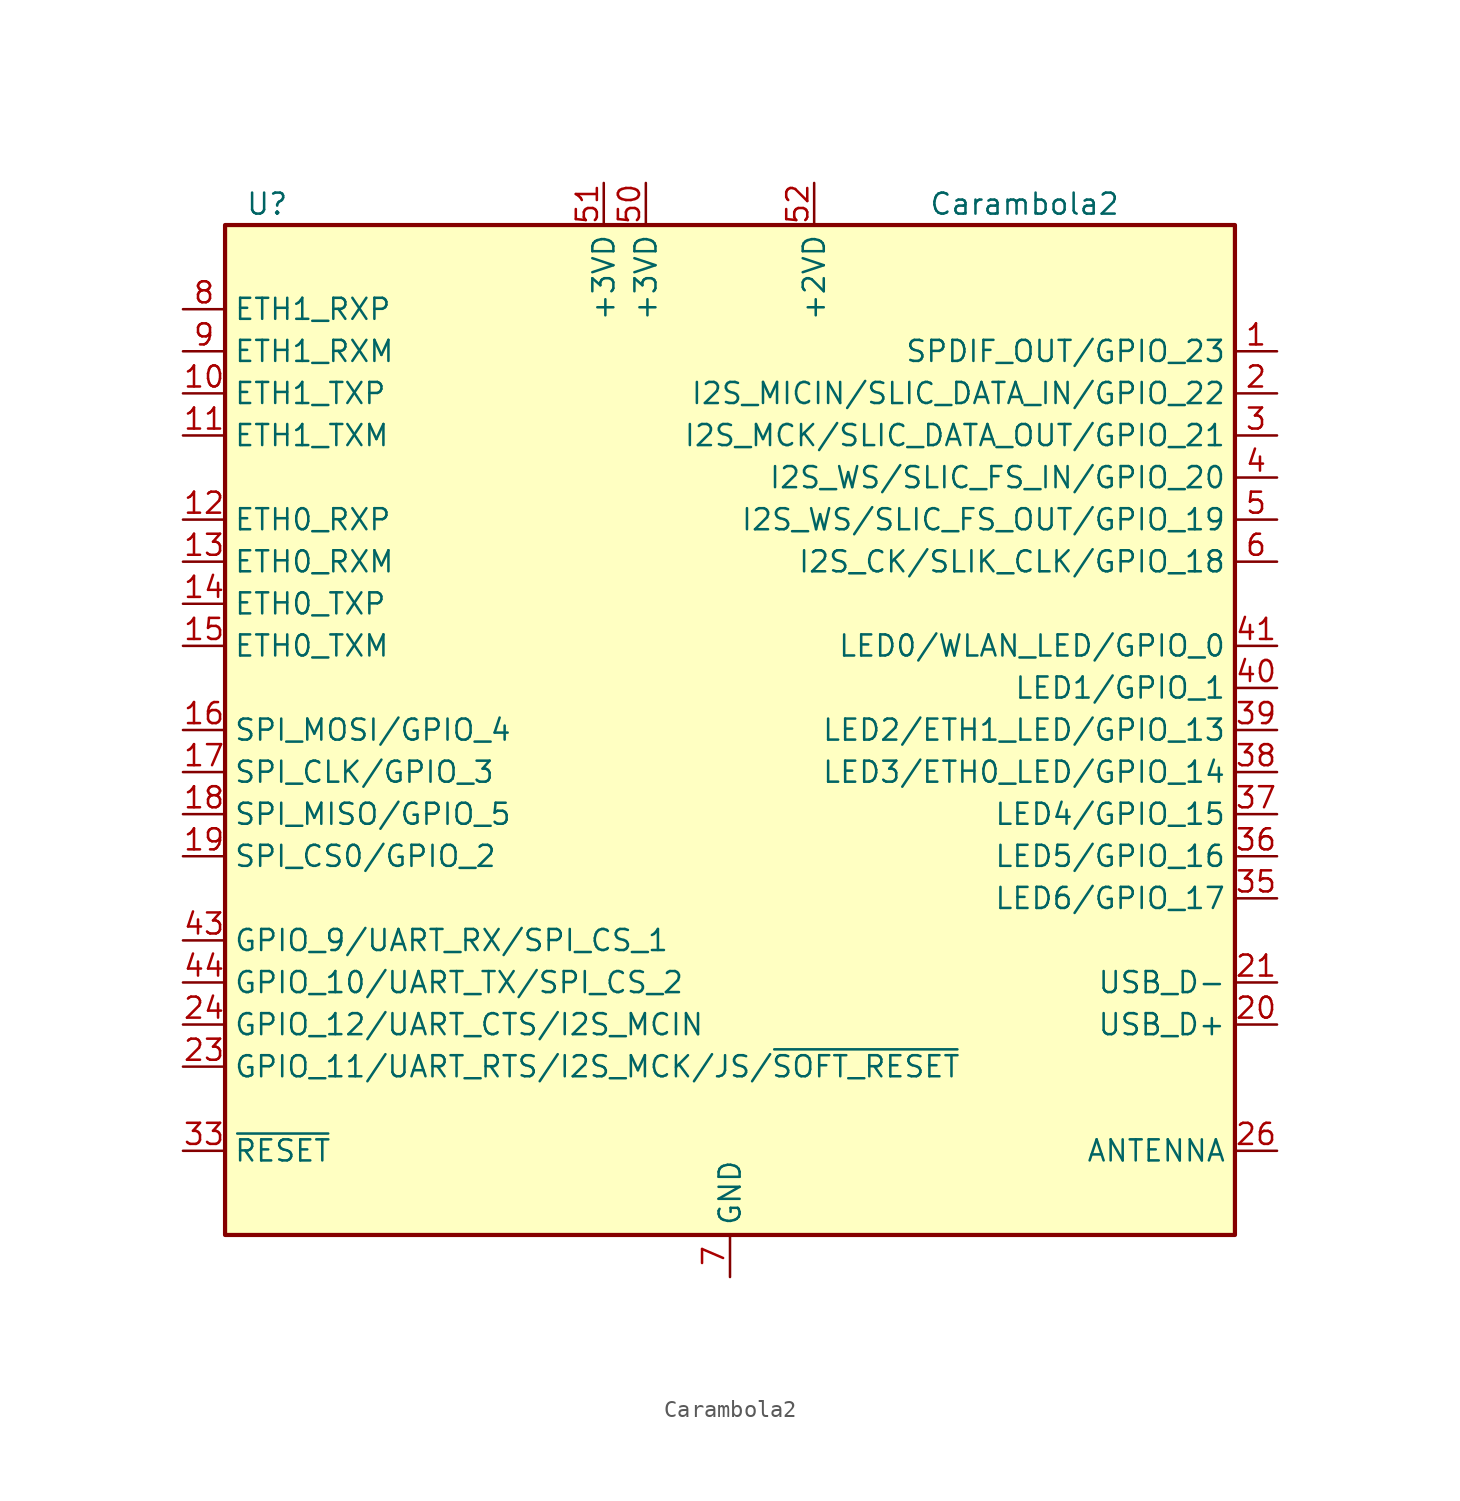
<source format=kicad_sym>
(kicad_symbol_lib
  (version 20201005)
  (generator kicad_symbol_editor)
  (symbol "MCU_Module:Carambola2"
    (property "Reference" "U"
      (at -27.94 31.75 0)
      (effects (font (size 1.27 1.27))))
    (property "Value" "Carambola2"
      (at 17.78 31.75 0)
      (effects (font (size 1.27 1.27))))
    (symbol "Carambola2_0_1"
      (rectangle (start -30.48 30.48) (end 30.48 -30.48) (stroke (width 0.254)) (fill (type background))))
    (symbol "Carambola2_1_1"
      (pin bidirectional line (at 33.02 22.86 180) (length 2.54) (name "SPDIF_OUT/GPIO_23" (effects (font (size 1.27 1.27)))) (number "1" (effects (font (size 1.27 1.27)))))
      (pin output line (at -33.02 20.32 0) (length 2.54) (name "ETH1_TXP" (effects (font (size 1.27 1.27)))) (number "10" (effects (font (size 1.27 1.27)))))
      (pin output line (at -33.02 17.78 0) (length 2.54) (name "ETH1_TXM" (effects (font (size 1.27 1.27)))) (number "11" (effects (font (size 1.27 1.27)))))
      (pin input line (at -33.02 12.7 0) (length 2.54) (name "ETH0_RXP" (effects (font (size 1.27 1.27)))) (number "12" (effects (font (size 1.27 1.27)))))
      (pin input line (at -33.02 10.16 0) (length 2.54) (name "ETH0_RXM" (effects (font (size 1.27 1.27)))) (number "13" (effects (font (size 1.27 1.27)))))
      (pin output line (at -33.02 7.62 0) (length 2.54) (name "ETH0_TXP" (effects (font (size 1.27 1.27)))) (number "14" (effects (font (size 1.27 1.27)))))
      (pin output line (at -33.02 5.08 0) (length 2.54) (name "ETH0_TXM" (effects (font (size 1.27 1.27)))) (number "15" (effects (font (size 1.27 1.27)))))
      (pin bidirectional line (at -33.02 0 0) (length 2.54) (name "SPI_MOSI/GPIO_4" (effects (font (size 1.27 1.27)))) (number "16" (effects (font (size 1.27 1.27)))))
      (pin bidirectional line (at -33.02 -2.54 0) (length 2.54) (name "SPI_CLK/GPIO_3" (effects (font (size 1.27 1.27)))) (number "17" (effects (font (size 1.27 1.27)))))
      (pin bidirectional line (at -33.02 -5.08 0) (length 2.54) (name "SPI_MISO/GPIO_5" (effects (font (size 1.27 1.27)))) (number "18" (effects (font (size 1.27 1.27)))))
      (pin bidirectional line (at -33.02 -7.62 0) (length 2.54) (name "SPI_CS0/GPIO_2" (effects (font (size 1.27 1.27)))) (number "19" (effects (font (size 1.27 1.27)))))
      (pin bidirectional line (at 33.02 20.32 180) (length 2.54) (name "I2S_MICIN/SLIC_DATA_IN/GPIO_22" (effects (font (size 1.27 1.27)))) (number "2" (effects (font (size 1.27 1.27)))))
      (pin bidirectional line (at 33.02 -17.78 180) (length 2.54) (name "USB_D+" (effects (font (size 1.27 1.27)))) (number "20" (effects (font (size 1.27 1.27)))))
      (pin bidirectional line (at 33.02 -15.24 180) (length 2.54) (name "USB_D-" (effects (font (size 1.27 1.27)))) (number "21" (effects (font (size 1.27 1.27)))))
      (pin passive line (at 0 -33.02 90) (length 2.54) hide (name "GND" (effects (font (size 1.27 1.27)))) (number "22" (effects (font (size 1.27 1.27)))))
      (pin output line (at -33.02 -20.32 0) (length 2.54) (name "GPIO_11/UART_RTS/I2S_MCK/JS/~SOFT_RESET~" (effects (font (size 1.27 1.27)))) (number "23" (effects (font (size 1.27 1.27)))))
      (pin input line (at -33.02 -17.78 0) (length 2.54) (name "GPIO_12/UART_CTS/I2S_MCIN" (effects (font (size 1.27 1.27)))) (number "24" (effects (font (size 1.27 1.27)))))
      (pin passive line (at 0 -33.02 90) (length 2.54) hide (name "GND" (effects (font (size 1.27 1.27)))) (number "25" (effects (font (size 1.27 1.27)))))
      (pin passive line (at 33.02 -25.4 180) (length 2.54) (name "ANTENNA" (effects (font (size 1.27 1.27)))) (number "26" (effects (font (size 1.27 1.27)))))
      (pin passive line (at 0 -33.02 90) (length 2.54) hide (name "GND" (effects (font (size 1.27 1.27)))) (number "27" (effects (font (size 1.27 1.27)))))
      (pin passive line (at 0 -33.02 90) (length 2.54) hide (name "GND" (effects (font (size 1.27 1.27)))) (number "28" (effects (font (size 1.27 1.27)))))
      (pin passive line (at 0 -33.02 90) (length 2.54) hide (name "GND" (effects (font (size 1.27 1.27)))) (number "29" (effects (font (size 1.27 1.27)))))
      (pin bidirectional line (at 33.02 17.78 180) (length 2.54) (name "I2S_MCK/SLIC_DATA_OUT/GPIO_21" (effects (font (size 1.27 1.27)))) (number "3" (effects (font (size 1.27 1.27)))))
      (pin passive line (at 0 -33.02 90) (length 2.54) hide (name "GND" (effects (font (size 1.27 1.27)))) (number "30" (effects (font (size 1.27 1.27)))))
      (pin passive line (at 0 -33.02 90) (length 2.54) hide (name "GND" (effects (font (size 1.27 1.27)))) (number "31" (effects (font (size 1.27 1.27)))))
      (pin passive line (at 0 -33.02 90) (length 2.54) hide (name "GND" (effects (font (size 1.27 1.27)))) (number "32" (effects (font (size 1.27 1.27)))))
      (pin input line (at -33.02 -25.4 0) (length 2.54) (name "~RESET~" (effects (font (size 1.27 1.27)))) (number "33" (effects (font (size 1.27 1.27)))))
      (pin passive line (at 0 -33.02 90) (length 2.54) hide (name "GND" (effects (font (size 1.27 1.27)))) (number "34" (effects (font (size 1.27 1.27)))))
      (pin bidirectional line (at 33.02 -10.16 180) (length 2.54) (name "LED6/GPIO_17" (effects (font (size 1.27 1.27)))) (number "35" (effects (font (size 1.27 1.27)))))
      (pin bidirectional line (at 33.02 -7.62 180) (length 2.54) (name "LED5/GPIO_16" (effects (font (size 1.27 1.27)))) (number "36" (effects (font (size 1.27 1.27)))))
      (pin bidirectional line (at 33.02 -5.08 180) (length 2.54) (name "LED4/GPIO_15" (effects (font (size 1.27 1.27)))) (number "37" (effects (font (size 1.27 1.27)))))
      (pin bidirectional line (at 33.02 -2.54 180) (length 2.54) (name "LED3/ETH0_LED/GPIO_14" (effects (font (size 1.27 1.27)))) (number "38" (effects (font (size 1.27 1.27)))))
      (pin bidirectional line (at 33.02 0 180) (length 2.54) (name "LED2/ETH1_LED/GPIO_13" (effects (font (size 1.27 1.27)))) (number "39" (effects (font (size 1.27 1.27)))))
      (pin bidirectional line (at 33.02 15.24 180) (length 2.54) (name "I2S_WS/SLIC_FS_IN/GPIO_20" (effects (font (size 1.27 1.27)))) (number "4" (effects (font (size 1.27 1.27)))))
      (pin bidirectional line (at 33.02 2.54 180) (length 2.54) (name "LED1/GPIO_1" (effects (font (size 1.27 1.27)))) (number "40" (effects (font (size 1.27 1.27)))))
      (pin bidirectional line (at 33.02 5.08 180) (length 2.54) (name "LED0/WLAN_LED/GPIO_0" (effects (font (size 1.27 1.27)))) (number "41" (effects (font (size 1.27 1.27)))))
      (pin passive line (at 0 -33.02 90) (length 2.54) hide (name "GND" (effects (font (size 1.27 1.27)))) (number "42" (effects (font (size 1.27 1.27)))))
      (pin bidirectional line (at -33.02 -12.7 0) (length 2.54) (name "GPIO_9/UART_RX/SPI_CS_1" (effects (font (size 1.27 1.27)))) (number "43" (effects (font (size 1.27 1.27)))))
      (pin bidirectional line (at -33.02 -15.24 0) (length 2.54) (name "GPIO_10/UART_TX/SPI_CS_2" (effects (font (size 1.27 1.27)))) (number "44" (effects (font (size 1.27 1.27)))))
      (pin passive line (at 0 -33.02 90) (length 2.54) hide (name "GND" (effects (font (size 1.27 1.27)))) (number "45" (effects (font (size 1.27 1.27)))))
      (pin passive line (at 0 -33.02 90) (length 2.54) hide (name "GND" (effects (font (size 1.27 1.27)))) (number "46" (effects (font (size 1.27 1.27)))))
      (pin passive line (at 0 -33.02 90) (length 2.54) hide (name "GND" (effects (font (size 1.27 1.27)))) (number "47" (effects (font (size 1.27 1.27)))))
      (pin passive line (at 0 -33.02 90) (length 2.54) hide (name "GND" (effects (font (size 1.27 1.27)))) (number "48" (effects (font (size 1.27 1.27)))))
      (pin passive line (at 0 -33.02 90) (length 2.54) hide (name "GND" (effects (font (size 1.27 1.27)))) (number "49" (effects (font (size 1.27 1.27)))))
      (pin bidirectional line (at 33.02 12.7 180) (length 2.54) (name "I2S_WS/SLIC_FS_OUT/GPIO_19" (effects (font (size 1.27 1.27)))) (number "5" (effects (font (size 1.27 1.27)))))
      (pin power_in line (at -5.08 33.02 270) (length 2.54) (name "+3VD" (effects (font (size 1.27 1.27)))) (number "50" (effects (font (size 1.27 1.27)))))
      (pin power_in line (at -7.62 33.02 270) (length 2.54) (name "+3VD" (effects (font (size 1.27 1.27)))) (number "51" (effects (font (size 1.27 1.27)))))
      (pin power_out line (at 5.08 33.02 270) (length 2.54) (name "+2VD" (effects (font (size 1.27 1.27)))) (number "52" (effects (font (size 1.27 1.27)))))
      (pin bidirectional line (at 33.02 10.16 180) (length 2.54) (name "I2S_CK/SLIK_CLK/GPIO_18" (effects (font (size 1.27 1.27)))) (number "6" (effects (font (size 1.27 1.27)))))
      (pin power_in line (at 0 -33.02 90) (length 2.54) (name "GND" (effects (font (size 1.27 1.27)))) (number "7" (effects (font (size 1.27 1.27)))))
      (pin input line (at -33.02 25.4 0) (length 2.54) (name "ETH1_RXP" (effects (font (size 1.27 1.27)))) (number "8" (effects (font (size 1.27 1.27)))))
      (pin input line (at -33.02 22.86 0) (length 2.54) (name "ETH1_RXM" (effects (font (size 1.27 1.27)))) (number "9" (effects (font (size 1.27 1.27))))))))
</source>
